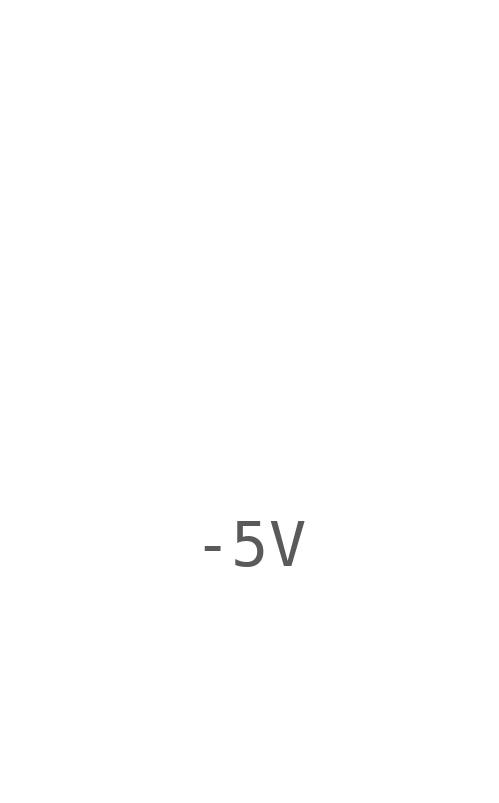
<source format=kicad_sym>
(kicad_symbol_lib
  (version 20211014)
  (generator kicad_symbol_editor)
  (symbol "-5V"
    (power)
    (pin_numbers hide)
    (pin_names
      (offset 0.635))
    (property "Reference" "#PWR"
      (at 0 2.54 0)
      (effects (font (size 1.778 1.778)) hide))
    (symbol "-5V_1_1"
      (pin power_in inverted (at 0 0 270) (length 5.08) hide (name "-5V" (effects (font (size 1.27 1.27)))) (number "1" (effects (font (size 1.27 1.27))))))))
</source>
